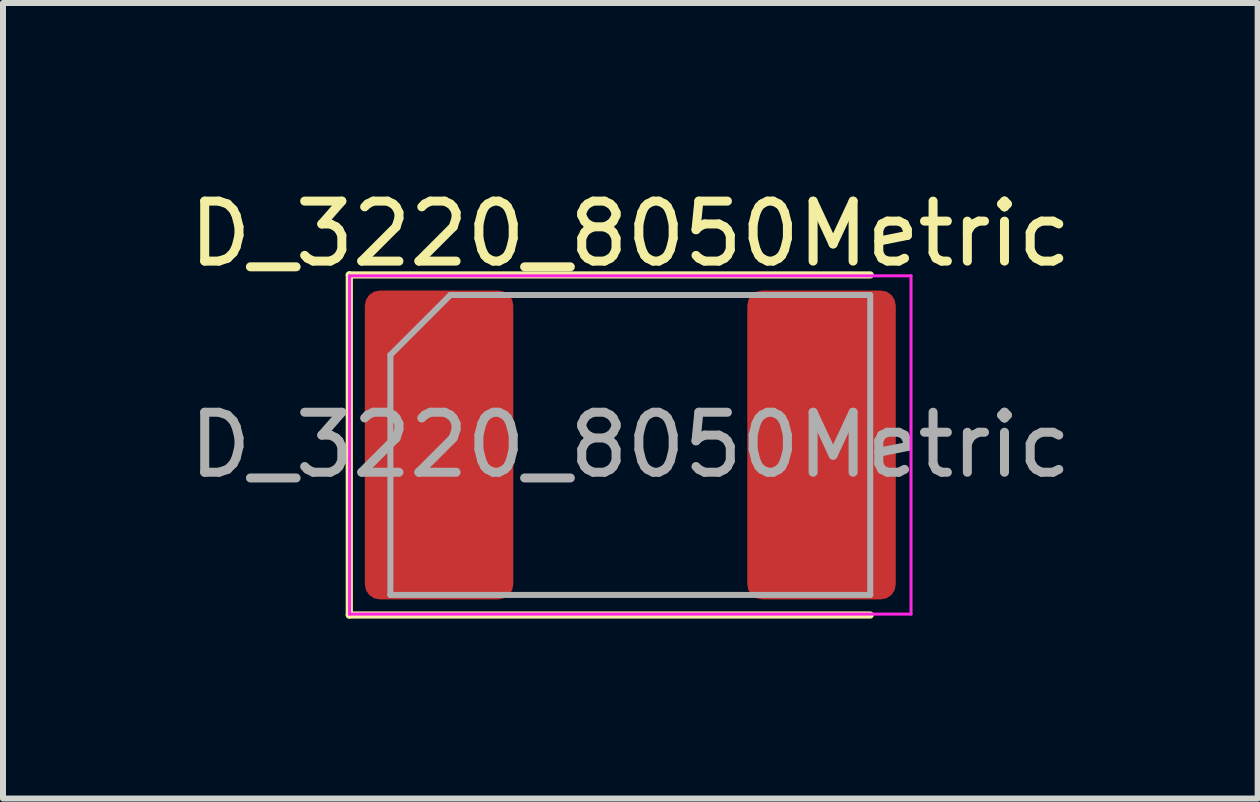
<source format=kicad_pcb>
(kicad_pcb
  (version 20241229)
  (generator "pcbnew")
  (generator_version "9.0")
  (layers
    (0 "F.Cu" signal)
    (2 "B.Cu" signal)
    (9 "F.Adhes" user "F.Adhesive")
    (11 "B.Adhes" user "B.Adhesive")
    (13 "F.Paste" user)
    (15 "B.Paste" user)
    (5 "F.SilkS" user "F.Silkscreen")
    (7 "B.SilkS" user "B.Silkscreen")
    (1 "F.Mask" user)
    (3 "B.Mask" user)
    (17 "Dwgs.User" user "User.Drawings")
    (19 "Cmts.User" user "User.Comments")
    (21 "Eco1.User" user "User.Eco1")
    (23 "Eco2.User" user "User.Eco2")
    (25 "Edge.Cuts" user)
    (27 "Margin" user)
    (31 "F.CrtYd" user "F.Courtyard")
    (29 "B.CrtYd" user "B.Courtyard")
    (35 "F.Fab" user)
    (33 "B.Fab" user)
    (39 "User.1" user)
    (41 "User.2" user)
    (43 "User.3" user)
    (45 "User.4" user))
  (footprint "D_3220_8050Metric"
    (layer "F.Cu")
    (at 7.458 4.368)
    (property "Reference" "D_3220_8050Metric" (at 0 -3.52 0) (layer "F.SilkS") (effects (font (size 1 1) (thickness 0.15))))
    (attr smd)
    (fp_line (start -4.685 -2.835) (end -4.685 2.835) (stroke (width 0.12) (type solid)) (layer "F.SilkS"))
    (fp_line (start -4.685 2.835) (end 4 2.835) (stroke (width 0.12) (type solid)) (layer "F.SilkS"))
    (fp_line (start 4 -2.835) (end -4.685 -2.835) (stroke (width 0.12) (type solid)) (layer "F.SilkS"))
    (fp_line (start -4.68 -2.82) (end 4.68 -2.82) (stroke (width 0.05) (type solid)) (layer "F.CrtYd"))
    (fp_line (start -4.68 2.82) (end -4.68 -2.82) (stroke (width 0.05) (type solid)) (layer "F.CrtYd"))
    (fp_line (start 4.68 -2.82) (end 4.68 2.82) (stroke (width 0.05) (type solid)) (layer "F.CrtYd"))
    (fp_line (start 4.68 2.82) (end -4.68 2.82) (stroke (width 0.05) (type solid)) (layer "F.CrtYd"))
    (fp_line (start -4 -1.5) (end -4 2.5) (stroke (width 0.1) (type solid)) (layer "F.Fab"))
    (fp_line (start -4 2.5) (end 4 2.5) (stroke (width 0.1) (type solid)) (layer "F.Fab"))
    (fp_line (start -3 -2.5) (end -4 -1.5) (stroke (width 0.1) (type solid)) (layer "F.Fab"))
    (fp_line (start 4 -2.5) (end -3 -2.5) (stroke (width 0.1) (type solid)) (layer "F.Fab"))
    (fp_line (start 4 2.5) (end 4 -2.5) (stroke (width 0.1) (type solid)) (layer "F.Fab"))
    (fp_text user "${REFERENCE}" (at 0 0 0) (layer "F.Fab") (effects (font (size 1 1) (thickness 0.15))))
    (pad "1" smd roundrect (at -3.188 0) (size 2.475 5.15) (layers "F.Cu" "F.Mask" "F.Paste") (roundrect_rratio 0.101))
    (pad "2" smd roundrect (at 3.188 0) (size 2.475 5.15) (layers "F.Cu" "F.Mask" "F.Paste") (roundrect_rratio 0.101)))
  (gr_rect
    (start -3 -3)
    (end 17.917 10.263)
    (stroke (width 0.1) (type default))
    (fill no)
    (layer "Edge.Cuts")))
</source>
